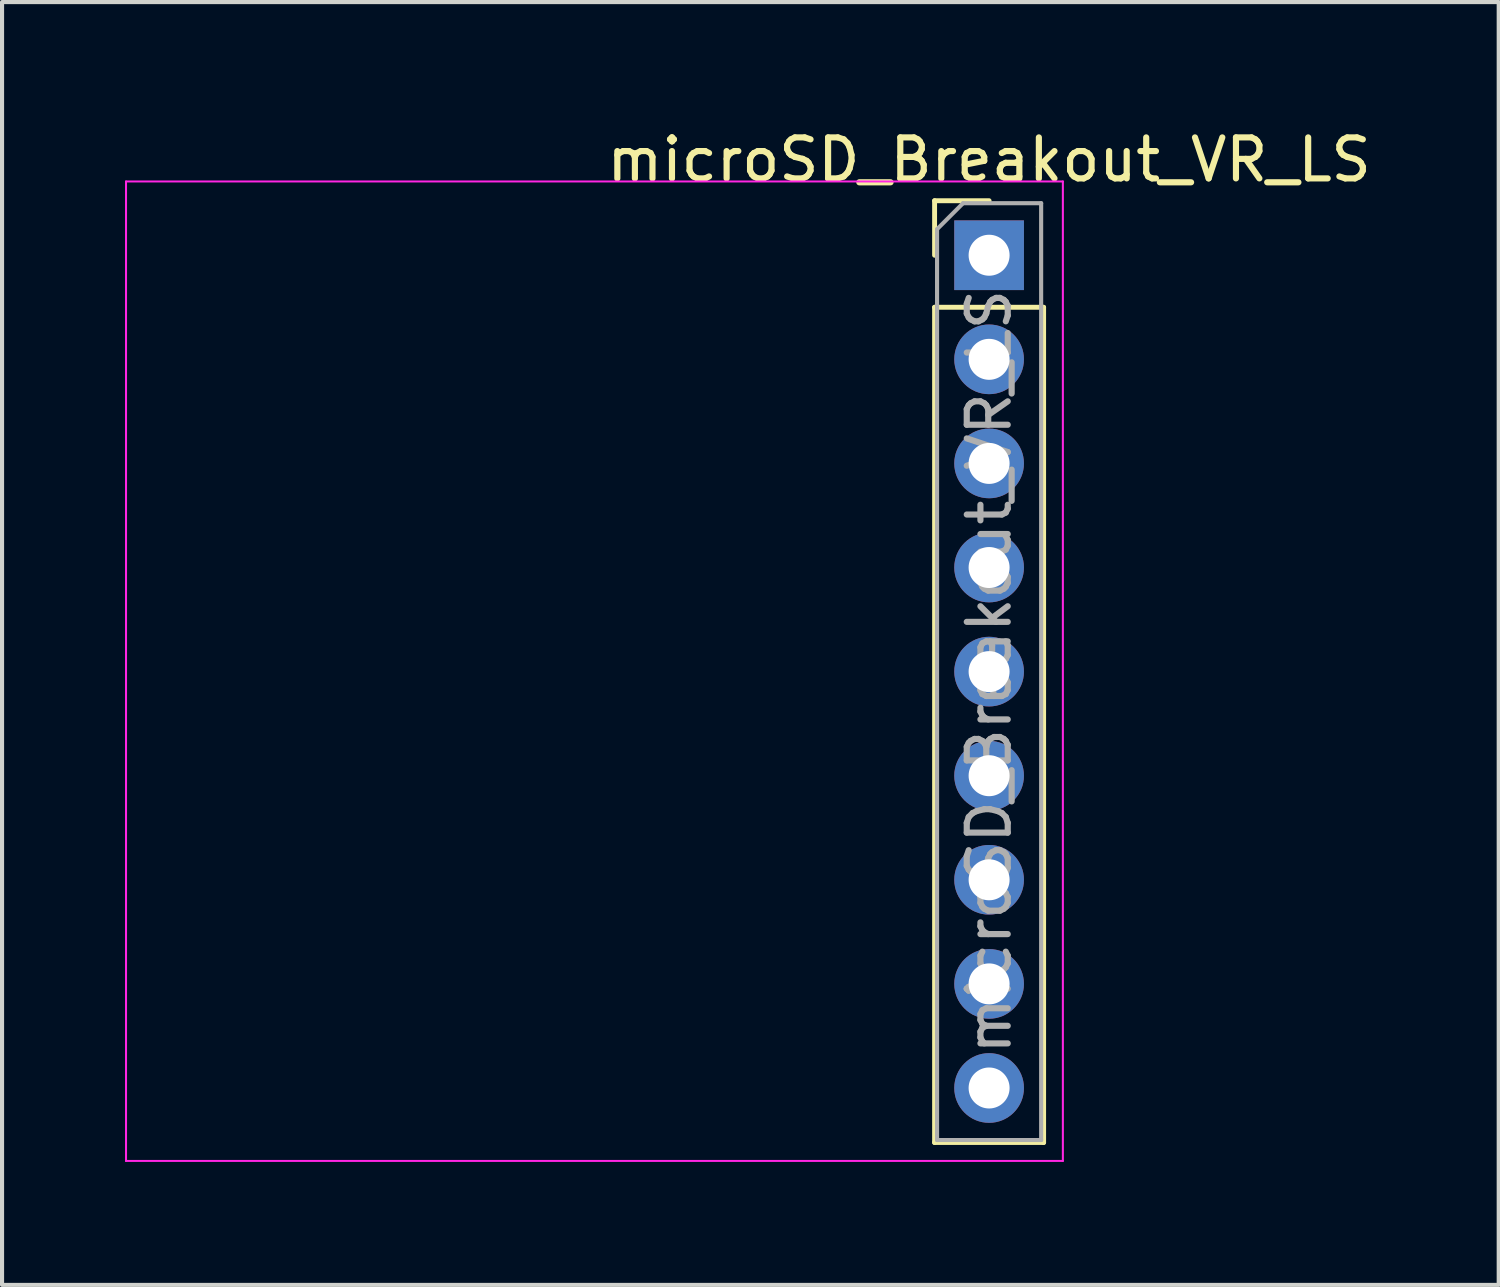
<source format=kicad_pcb>
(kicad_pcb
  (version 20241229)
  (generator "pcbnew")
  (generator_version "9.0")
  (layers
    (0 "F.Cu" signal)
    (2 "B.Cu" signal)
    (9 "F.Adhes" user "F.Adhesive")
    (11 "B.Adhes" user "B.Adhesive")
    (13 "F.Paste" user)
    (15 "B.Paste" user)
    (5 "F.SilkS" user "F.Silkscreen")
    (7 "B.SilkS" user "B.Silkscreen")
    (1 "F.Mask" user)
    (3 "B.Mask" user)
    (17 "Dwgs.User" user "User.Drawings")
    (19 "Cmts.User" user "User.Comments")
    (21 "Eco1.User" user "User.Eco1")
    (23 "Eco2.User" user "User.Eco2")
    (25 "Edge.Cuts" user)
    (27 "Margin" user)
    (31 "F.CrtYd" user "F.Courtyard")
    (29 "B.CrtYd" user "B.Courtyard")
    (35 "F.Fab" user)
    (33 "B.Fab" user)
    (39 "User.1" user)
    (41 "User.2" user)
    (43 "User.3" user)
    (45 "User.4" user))
  (footprint "microSD_Breakout_VR_LS"
    (layer "F.Cu")
    (at 21.085 3.178)
    (property "Reference" "microSD_Breakout_VR_LS" (at 0 -2.33 0) (layer "F.SilkS") (effects (font (size 1 1) (thickness 0.15))))
    (attr through_hole)
    (fp_line (start -1.33 -1.33) (end 0 -1.33) (stroke (width 0.12) (type solid)) (layer "F.SilkS"))
    (fp_line (start -1.33 0) (end -1.33 -1.33) (stroke (width 0.12) (type solid)) (layer "F.SilkS"))
    (fp_line (start -1.33 1.27) (end -1.33 21.65) (stroke (width 0.12) (type solid)) (layer "F.SilkS"))
    (fp_line (start -1.33 1.27) (end 1.33 1.27) (stroke (width 0.12) (type solid)) (layer "F.SilkS"))
    (fp_line (start -1.33 21.65) (end 1.33 21.65) (stroke (width 0.12) (type solid)) (layer "F.SilkS"))
    (fp_line (start 1.33 1.27) (end 1.33 21.65) (stroke (width 0.12) (type solid)) (layer "F.SilkS"))
    (fp_line (start -21.06 -1.8) (end -21.06 22.1) (stroke (width 0.05) (type solid)) (layer "F.CrtYd"))
    (fp_line (start -21.06 22.1) (end 1.8 22.1) (stroke (width 0.05) (type solid)) (layer "F.CrtYd"))
    (fp_line (start 1.8 -1.8) (end -21.06 -1.8) (stroke (width 0.05) (type solid)) (layer "F.CrtYd"))
    (fp_line (start 1.8 22.1) (end 1.8 -1.8) (stroke (width 0.05) (type solid)) (layer "F.CrtYd"))
    (fp_line (start -1.27 -0.635) (end -0.635 -1.27) (stroke (width 0.1) (type solid)) (layer "F.Fab"))
    (fp_line (start -1.27 21.59) (end -1.27 -0.635) (stroke (width 0.1) (type solid)) (layer "F.Fab"))
    (fp_line (start -0.635 -1.27) (end 1.27 -1.27) (stroke (width 0.1) (type solid)) (layer "F.Fab"))
    (fp_line (start 1.27 -1.27) (end 1.27 21.59) (stroke (width 0.1) (type solid)) (layer "F.Fab"))
    (fp_line (start 1.27 21.59) (end -1.27 21.59) (stroke (width 0.1) (type solid)) (layer "F.Fab"))
    (fp_text user "${REFERENCE}" (at 0 10.16 90) (layer "F.Fab") (effects (font (size 1 1) (thickness 0.15))))
    (pad "1" thru_hole rect (at 0 0) (size 1.7 1.7) (drill 1) (layers "*.Cu" "*.Mask"))
    (pad "2" thru_hole oval (at 0 2.54) (size 1.7 1.7) (drill 1) (layers "*.Cu" "*.Mask"))
    (pad "3" thru_hole oval (at 0 5.08) (size 1.7 1.7) (drill 1) (layers "*.Cu" "*.Mask"))
    (pad "4" thru_hole oval (at 0 7.62) (size 1.7 1.7) (drill 1) (layers "*.Cu" "*.Mask"))
    (pad "5" thru_hole oval (at 0 10.16) (size 1.7 1.7) (drill 1) (layers "*.Cu" "*.Mask"))
    (pad "6" thru_hole oval (at 0 12.7) (size 1.7 1.7) (drill 1) (layers "*.Cu" "*.Mask"))
    (pad "7" thru_hole oval (at 0 15.24) (size 1.7 1.7) (drill 1) (layers "*.Cu" "*.Mask"))
    (pad "8" thru_hole oval (at 0 17.78) (size 1.7 1.7) (drill 1) (layers "*.Cu" "*.Mask"))
    (pad "9" thru_hole oval (at 0 20.32) (size 1.7 1.7) (drill 1) (layers "*.Cu" "*.Mask")))
  (gr_rect
    (start -3 -3)
    (end 33.52 28.303)
    (stroke (width 0.1) (type default))
    (fill no)
    (layer "Edge.Cuts")))
</source>
